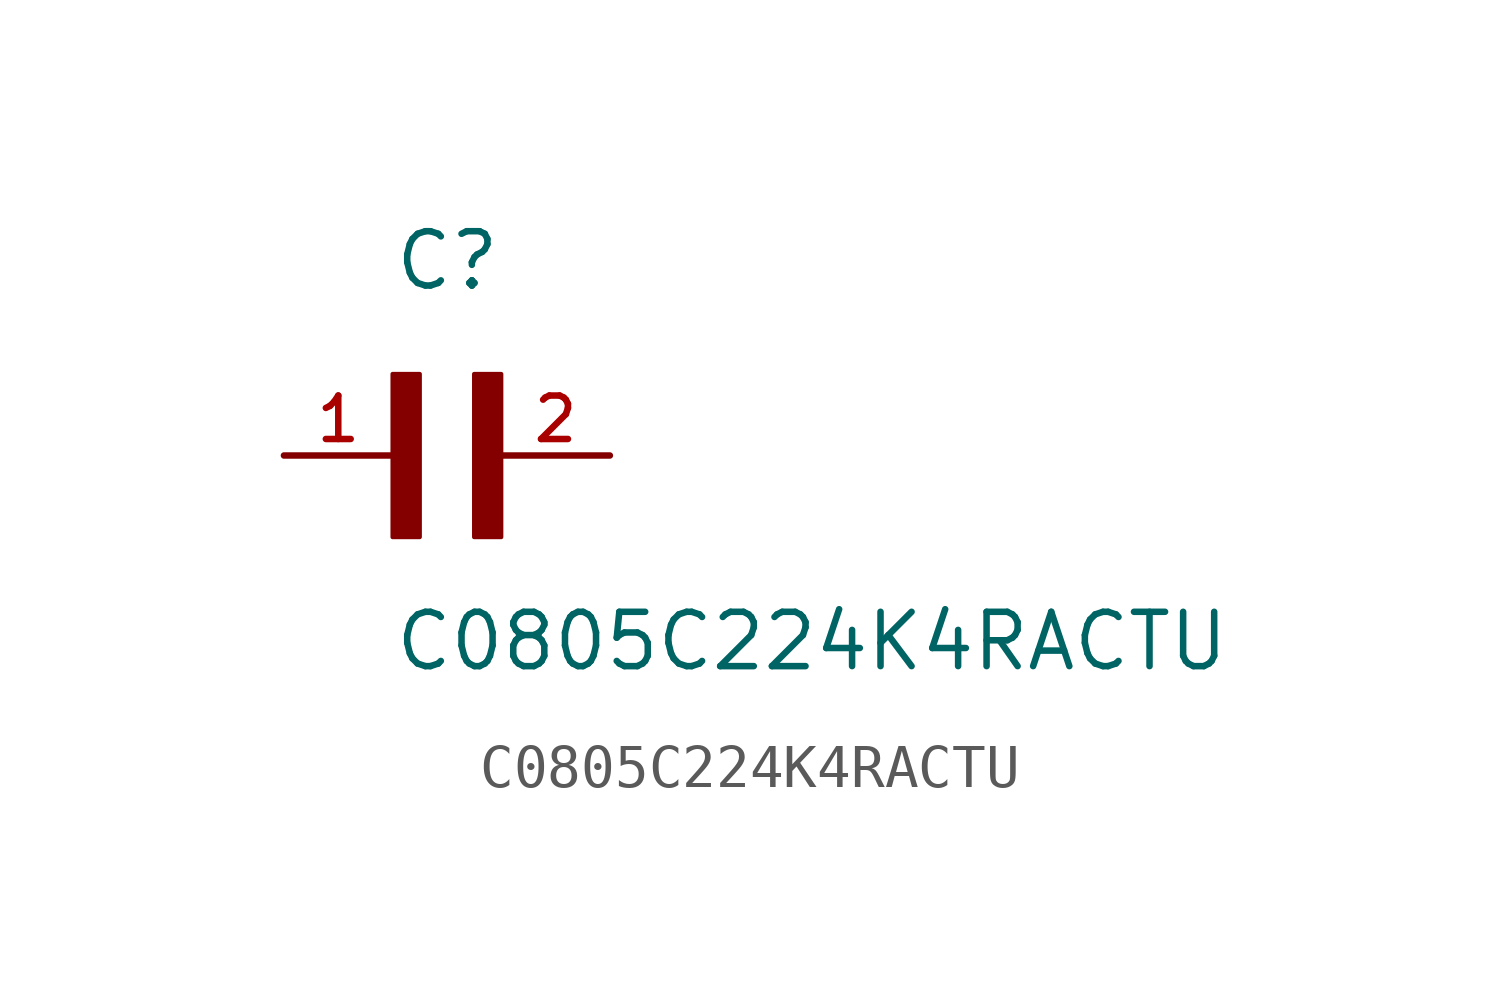
<source format=kicad_sym>
(kicad_symbol_lib
  (version 20211014)
  (generator kicad_symbol_editor)
  (symbol "C0805C224K4RACTU"
    (pin_names
      (offset 1.016))
    (property "Reference" "C"
      (at 0.0 3.811 0)
      (effects (font (size 1.27 1.27)) (justify bottom left)))
    (property "Value" "C0805C224K4RACTU"
      (at 0.0 -5.088 0)
      (effects (font (size 1.27 1.27)) (justify bottom left)))
    (symbol "C0805C224K4RACTU_0_0"
      (rectangle (start 0.0 -1.907) (end 0.635 1.905) (stroke (width 0.1)) (fill (type outline)))
      (rectangle (start 1.907 -1.907) (end 2.54 1.905) (stroke (width 0.1)) (fill (type outline)))
      (pin passive line (at 5.08 0.0 180.0) (length 2.54) (name "~" (effects (font (size 1.016 1.016)))) (number "2" (effects (font (size 1.016 1.016)))))
      (pin passive line (at -2.54 0.0 0) (length 2.54) (name "~" (effects (font (size 1.016 1.016)))) (number "1" (effects (font (size 1.016 1.016))))))))
</source>
